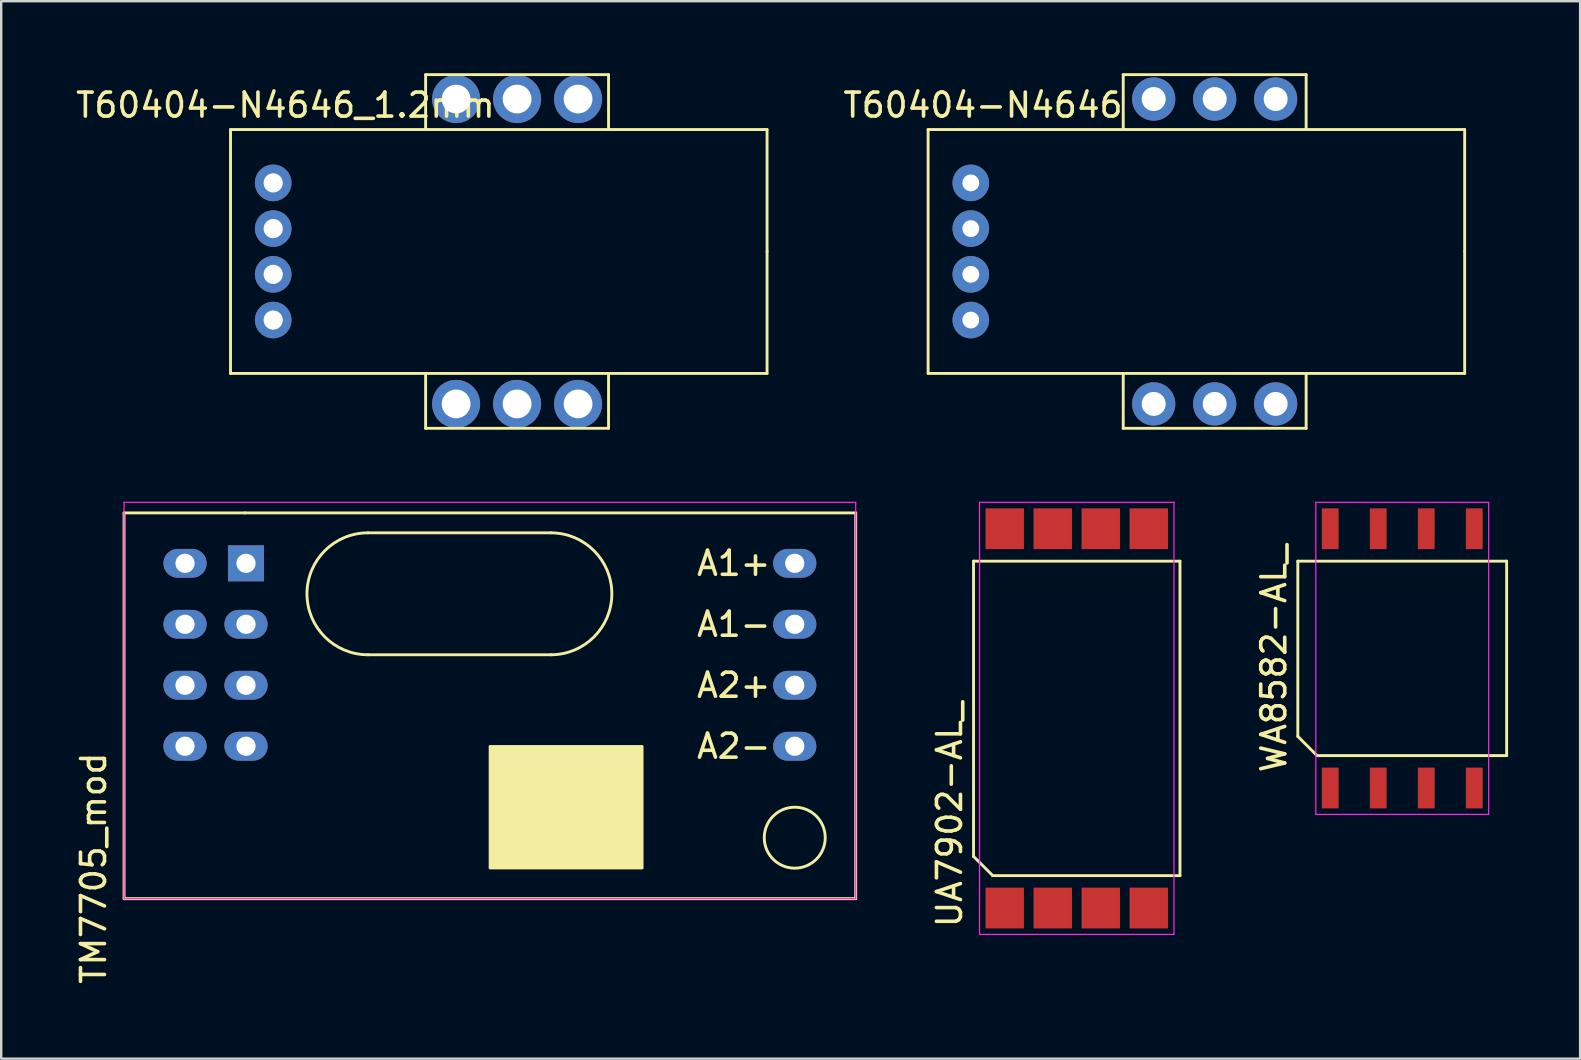
<source format=kicad_pcb>
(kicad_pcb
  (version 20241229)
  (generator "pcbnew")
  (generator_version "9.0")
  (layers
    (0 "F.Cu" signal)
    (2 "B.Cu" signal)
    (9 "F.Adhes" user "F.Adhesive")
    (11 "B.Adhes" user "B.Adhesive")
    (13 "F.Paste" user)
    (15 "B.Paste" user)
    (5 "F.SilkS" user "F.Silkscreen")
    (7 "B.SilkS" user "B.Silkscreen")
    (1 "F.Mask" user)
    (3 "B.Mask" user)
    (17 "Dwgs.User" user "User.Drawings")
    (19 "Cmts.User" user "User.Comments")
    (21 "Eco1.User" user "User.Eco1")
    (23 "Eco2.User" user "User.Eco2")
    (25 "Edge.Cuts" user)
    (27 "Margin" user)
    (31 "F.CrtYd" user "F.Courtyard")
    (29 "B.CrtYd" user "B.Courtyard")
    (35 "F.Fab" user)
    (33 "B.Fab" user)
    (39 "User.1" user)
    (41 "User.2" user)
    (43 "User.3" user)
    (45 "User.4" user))
  (footprint "T60404-N4646"
    (layer "F.Cu")
    (at 46.663 7.426)
    (property "Reference" "T60404-N4646" (at -8.763 -6.096 0) (layer "F.SilkS") (effects (font (size 1 1) (thickness 0.15))))
    (attr through_hole)
    (fp_line (start -11.049 -5.08) (end -11.049 5.08) (stroke (width 0.12) (type solid)) (layer "F.SilkS"))
    (fp_line (start -11.049 5.08) (end 11.303 5.08) (stroke (width 0.12) (type solid)) (layer "F.SilkS"))
    (fp_line (start -2.921 -7.366) (end 4.699 -7.366) (stroke (width 0.12) (type solid)) (layer "F.SilkS"))
    (fp_line (start -2.921 -5.08) (end -2.921 -7.366) (stroke (width 0.12) (type solid)) (layer "F.SilkS"))
    (fp_line (start -2.921 5.08) (end -2.921 7.366) (stroke (width 0.12) (type solid)) (layer "F.SilkS"))
    (fp_line (start -2.921 7.366) (end 4.699 7.366) (stroke (width 0.12) (type solid)) (layer "F.SilkS"))
    (fp_line (start 4.699 -7.366) (end 4.699 -5.08) (stroke (width 0.12) (type solid)) (layer "F.SilkS"))
    (fp_line (start 4.699 7.366) (end 4.699 5.08) (stroke (width 0.12) (type solid)) (layer "F.SilkS"))
    (fp_line (start 11.303 -5.08) (end -11.049 -5.08) (stroke (width 0.12) (type solid)) (layer "F.SilkS"))
    (fp_line (start 11.303 0) (end 11.303 -5.08) (stroke (width 0.12) (type solid)) (layer "F.SilkS"))
    (fp_line (start 11.303 5.08) (end 11.303 0) (stroke (width 0.12) (type solid)) (layer "F.SilkS"))
    (pad "1" thru_hole circle (at -1.651 -6.35) (size 1.8 1.8) (drill 1) (layers "*.Cu" "*.Mask"))
    (pad "2" thru_hole circle (at 0.889 -6.35) (size 1.8 1.8) (drill 1) (layers "*.Cu" "*.Mask"))
    (pad "3" thru_hole circle (at 3.429 -6.35) (size 1.8 1.8) (drill 1) (layers "*.Cu" "*.Mask"))
    (pad "4" thru_hole circle (at 3.429 6.35) (size 1.8 1.8) (drill 1) (layers "*.Cu" "*.Mask"))
    (pad "5" thru_hole circle (at 0.889 6.35) (size 1.8 1.8) (drill 1) (layers "*.Cu" "*.Mask"))
    (pad "6" thru_hole circle (at -1.651 6.35) (size 1.8 1.8) (drill 1) (layers "*.Cu" "*.Mask"))
    (pad "7" thru_hole circle (at -9.271 2.857) (size 1.524 1.524) (drill 0.7) (layers "*.Cu" "*.Mask"))
    (pad "8" thru_hole circle (at -9.271 0.953) (size 1.524 1.524) (drill 0.7) (layers "*.Cu" "*.Mask"))
    (pad "9" thru_hole circle (at -9.271 -0.953) (size 1.524 1.524) (drill 0.7) (layers "*.Cu" "*.Mask"))
    (pad "10" thru_hole circle (at -9.271 -2.857) (size 1.524 1.524) (drill 0.7) (layers "*.Cu" "*.Mask")))
  (footprint "UA7902-AL_"
    (layer "F.Cu")
    (at 41.806 26.877)
    (property "Reference" "UA7902-AL_" (at -5.3 4 90) (layer "F.SilkS") (effects (font (size 1 1) (thickness 0.15))))
    (attr smd)
    (fp_line (start -4.3 -6.55) (end 4.3 -6.55) (stroke (width 0.12) (type solid)) (layer "F.SilkS"))
    (fp_line (start -4.3 5.75) (end -4.3 -6.55) (stroke (width 0.12) (type solid)) (layer "F.SilkS"))
    (fp_line (start -3.5 6.55) (end -4.3 5.75) (stroke (width 0.12) (type solid)) (layer "F.SilkS"))
    (fp_line (start 4.3 -6.55) (end 4.3 6.55) (stroke (width 0.12) (type solid)) (layer "F.SilkS"))
    (fp_line (start 4.3 6.55) (end -3.5 6.55) (stroke (width 0.12) (type solid)) (layer "F.SilkS"))
    (fp_line (start -4.05 -9) (end 4.05 -9) (stroke (width 0.05) (type solid)) (layer "F.CrtYd"))
    (fp_line (start -4.05 9) (end -4.05 -9) (stroke (width 0.05) (type solid)) (layer "F.CrtYd"))
    (fp_line (start 4.05 -9) (end 4.05 9) (stroke (width 0.05) (type solid)) (layer "F.CrtYd"))
    (fp_line (start 4.05 9) (end -4.05 9) (stroke (width 0.05) (type solid)) (layer "F.CrtYd"))
    (pad "1" smd rect (at 3 7.9) (size 1.6 1.7) (layers "F.Cu" "F.Mask" "F.Paste"))
    (pad "2" smd rect (at 1 7.9) (size 1.6 1.7) (layers "F.Cu" "F.Mask" "F.Paste"))
    (pad "3" smd rect (at -1 7.9) (size 1.6 1.7) (layers "F.Cu" "F.Mask" "F.Paste"))
    (pad "4" smd rect (at -3 7.9) (size 1.6 1.7) (layers "F.Cu" "F.Mask" "F.Paste"))
    (pad "5" smd rect (at -3 -7.9) (size 1.6 1.7) (layers "F.Cu" "F.Mask" "F.Paste"))
    (pad "6" smd rect (at -1 -7.9) (size 1.6 1.7) (layers "F.Cu" "F.Mask" "F.Paste"))
    (pad "7" smd rect (at 1 -7.9) (size 1.6 1.7) (layers "F.Cu" "F.Mask" "F.Paste"))
    (pad "8" smd rect (at 3 -7.9) (size 1.6 1.7) (layers "F.Cu" "F.Mask" "F.Paste")))
  (footprint "T60404-N4646_1.2mm"
    (layer "F.Cu")
    (at 17.602 7.426)
    (property "Reference" "T60404-N4646_1.2mm" (at -8.763 -6.096 0) (layer "F.SilkS") (effects (font (size 1 1) (thickness 0.15))))
    (attr through_hole)
    (fp_line (start -11.049 -5.08) (end -11.049 5.08) (stroke (width 0.12) (type solid)) (layer "F.SilkS"))
    (fp_line (start -11.049 5.08) (end 11.303 5.08) (stroke (width 0.12) (type solid)) (layer "F.SilkS"))
    (fp_line (start -2.921 -7.366) (end 4.699 -7.366) (stroke (width 0.12) (type solid)) (layer "F.SilkS"))
    (fp_line (start -2.921 -5.08) (end -2.921 -7.366) (stroke (width 0.12) (type solid)) (layer "F.SilkS"))
    (fp_line (start -2.921 5.08) (end -2.921 7.366) (stroke (width 0.12) (type solid)) (layer "F.SilkS"))
    (fp_line (start -2.921 7.366) (end 4.699 7.366) (stroke (width 0.12) (type solid)) (layer "F.SilkS"))
    (fp_line (start 4.699 -7.366) (end 4.699 -5.08) (stroke (width 0.12) (type solid)) (layer "F.SilkS"))
    (fp_line (start 4.699 7.366) (end 4.699 5.08) (stroke (width 0.12) (type solid)) (layer "F.SilkS"))
    (fp_line (start 11.303 -5.08) (end -11.049 -5.08) (stroke (width 0.12) (type solid)) (layer "F.SilkS"))
    (fp_line (start 11.303 0) (end 11.303 -5.08) (stroke (width 0.12) (type solid)) (layer "F.SilkS"))
    (fp_line (start 11.303 5.08) (end 11.303 0) (stroke (width 0.12) (type solid)) (layer "F.SilkS"))
    (pad "1" thru_hole circle (at -1.651 -6.35) (size 2 2) (drill 1.2) (layers "*.Cu" "*.Mask"))
    (pad "2" thru_hole circle (at 0.889 -6.35) (size 2 2) (drill 1.2) (layers "*.Cu" "*.Mask"))
    (pad "3" thru_hole circle (at 3.429 -6.35) (size 2 2) (drill 1.2) (layers "*.Cu" "*.Mask"))
    (pad "4" thru_hole circle (at 3.429 6.35) (size 2 2) (drill 1.2) (layers "*.Cu" "*.Mask"))
    (pad "5" thru_hole circle (at 0.889 6.35) (size 2 2) (drill 1.2) (layers "*.Cu" "*.Mask"))
    (pad "6" thru_hole circle (at -1.651 6.35) (size 2 2) (drill 1.2) (layers "*.Cu" "*.Mask"))
    (pad "7" thru_hole circle (at -9.271 2.857) (size 1.524 1.524) (drill 0.8) (layers "*.Cu" "*.Mask"))
    (pad "8" thru_hole circle (at -9.271 0.953) (size 1.524 1.524) (drill 0.8) (layers "*.Cu" "*.Mask"))
    (pad "9" thru_hole circle (at -9.271 -0.953) (size 1.524 1.524) (drill 0.8) (layers "*.Cu" "*.Mask"))
    (pad "10" thru_hole circle (at -9.271 -2.857) (size 1.524 1.524) (drill 0.8) (layers "*.Cu" "*.Mask")))
  (footprint "TM7705_mod"
    (layer "F.Cu")
    (at 5.928 24.227)
    (property "Reference" "TM7705_mod" (at -5.08 8.89 90) (layer "F.SilkS") (effects (font (size 1 1) (thickness 0.15))))
    (attr through_hole)
    (fp_line (start -3.81 -5.91) (end -3.81 10.16) (stroke (width 0.12) (type solid)) (layer "F.SilkS"))
    (fp_line (start -3.81 10.16) (end 26.67 10.16) (stroke (width 0.12) (type solid)) (layer "F.SilkS"))
    (fp_line (start 1.223 -5.91) (end -3.81 -5.91) (stroke (width 0.12) (type solid)) (layer "F.SilkS"))
    (fp_line (start 6.35 -5.08) (end 13.97 -5.08) (stroke (width 0.12) (type solid)) (layer "F.SilkS"))
    (fp_line (start 13.97 0) (end 6.35 0) (stroke (width 0.12) (type solid)) (layer "F.SilkS"))
    (fp_line (start 26.67 10.16) (end 26.67 -5.91) (stroke (width 0.12) (type solid)) (layer "F.SilkS"))
    (fp_line (start 26.67 -5.91) (end 1.223 -5.91) (stroke (width 0.12) (type solid)) (layer "F.SilkS"))
    (fp_arc (start 6.35 0) (mid 3.81 -2.54) (end 6.35 -5.08) (stroke (width 0.12) (type solid)) (layer "F.SilkS"))
    (fp_arc (start 13.97 -5.08) (mid 16.51 -2.54) (end 13.97 0) (stroke (width 0.12) (type solid)) (layer "F.SilkS"))
    (fp_circle (center 24.13 7.62) (end 25.4 7.62) (stroke (width 0.12) (type solid)) (fill no) (layer "F.SilkS"))
    (fp_poly (pts (xy 17.78 8.89) (xy 11.43 8.89) (xy 11.43 3.81) (xy 17.78 3.81)) (stroke (width 0.1) (type solid)) (fill yes) (layer "F.SilkS"))
    (fp_line (start -3.81 -6.35) (end 26.67 -6.35) (stroke (width 0.05) (type solid)) (layer "F.CrtYd"))
    (fp_line (start -3.81 10.16) (end -3.81 -6.35) (stroke (width 0.05) (type solid)) (layer "F.CrtYd"))
    (fp_line (start 26.67 -6.35) (end 26.67 10.16) (stroke (width 0.05) (type solid)) (layer "F.CrtYd"))
    (fp_line (start 26.67 10.16) (end -3.81 10.16) (stroke (width 0.05) (type solid)) (layer "F.CrtYd"))
    (fp_text user "A2-" (at 21.59 3.81 180) (layer "F.SilkS") (effects (font (size 1 1) (thickness 0.15))))
    (fp_text user "A2+" (at 21.59 1.27 180) (layer "F.SilkS") (effects (font (size 1 1) (thickness 0.15))))
    (fp_text user "A1+" (at 21.59 -3.81 180) (layer "F.SilkS") (effects (font (size 1 1) (thickness 0.15))))
    (fp_text user "A1-" (at 21.59 -1.27 180) (layer "F.SilkS") (effects (font (size 1 1) (thickness 0.15))))
    (pad "1" thru_hole rect (at 1.27 -3.81 270) (size 1.5 1.5) (drill 0.8) (layers "*.Cu" "*.Mask"))
    (pad "2" thru_hole oval (at -1.27 -3.81 270) (size 1.2 1.8) (drill 0.8) (layers "*.Cu" "*.Mask"))
    (pad "3" thru_hole oval (at 1.27 -1.27 270) (size 1.2 1.8) (drill 0.8) (layers "*.Cu" "*.Mask"))
    (pad "4" thru_hole oval (at -1.27 -1.27 270) (size 1.2 1.8) (drill 0.8) (layers "*.Cu" "*.Mask"))
    (pad "5" thru_hole oval (at 1.27 1.27 270) (size 1.2 1.8) (drill 0.8) (layers "*.Cu" "*.Mask"))
    (pad "6" thru_hole oval (at -1.27 1.27 270) (size 1.2 1.8) (drill 0.8) (layers "*.Cu" "*.Mask"))
    (pad "7" thru_hole oval (at 1.27 3.81 270) (size 1.2 1.8) (drill 0.8) (layers "*.Cu" "*.Mask"))
    (pad "8" thru_hole oval (at -1.27 3.81 270) (size 1.2 1.8) (drill 0.8) (layers "*.Cu" "*.Mask"))
    (pad "9" thru_hole oval (at 24.13 -3.81 270) (size 1.2 1.8) (drill 0.8) (layers "*.Cu" "*.Mask"))
    (pad "10" thru_hole oval (at 24.13 -1.27 270) (size 1.2 1.8) (drill 0.8) (layers "*.Cu" "*.Mask"))
    (pad "11" thru_hole oval (at 24.13 1.27 270) (size 1.2 1.8) (drill 0.8) (layers "*.Cu" "*.Mask"))
    (pad "12" thru_hole oval (at 24.13 3.81 270) (size 1.2 1.8) (drill 0.8) (layers "*.Cu" "*.Mask")))
  (footprint "WA8582-AL_"
    (layer "F.Cu")
    (at 55.365 24.377)
    (property "Reference" "WA8582-AL_" (at -5.35 0 90) (layer "F.SilkS") (effects (font (size 1 1) (thickness 0.15))))
    (attr smd)
    (fp_line (start -4.35 -4.05) (end 4.35 -4.05) (stroke (width 0.12) (type solid)) (layer "F.SilkS"))
    (fp_line (start -4.35 3.25) (end -4.35 -4.05) (stroke (width 0.12) (type solid)) (layer "F.SilkS"))
    (fp_line (start -3.55 4.05) (end -4.35 3.25) (stroke (width 0.12) (type solid)) (layer "F.SilkS"))
    (fp_line (start 4.35 -4.05) (end 4.35 4.05) (stroke (width 0.12) (type solid)) (layer "F.SilkS"))
    (fp_line (start 4.35 4.05) (end -3.55 4.05) (stroke (width 0.12) (type solid)) (layer "F.SilkS"))
    (fp_line (start -3.6 -6.5) (end 3.6 -6.5) (stroke (width 0.05) (type solid)) (layer "F.CrtYd"))
    (fp_line (start -3.6 6.5) (end -3.6 -6.5) (stroke (width 0.05) (type solid)) (layer "F.CrtYd"))
    (fp_line (start 3.6 -6.5) (end 3.6 6.5) (stroke (width 0.05) (type solid)) (layer "F.CrtYd"))
    (fp_line (start 3.6 6.5) (end -3.6 6.5) (stroke (width 0.05) (type solid)) (layer "F.CrtYd"))
    (pad "1" smd rect (at -3 5.4) (size 0.7 1.7) (layers "F.Cu" "F.Mask" "F.Paste"))
    (pad "2" smd rect (at -1 5.4) (size 0.7 1.7) (layers "F.Cu" "F.Mask" "F.Paste"))
    (pad "3" smd rect (at 1 5.4) (size 0.7 1.7) (layers "F.Cu" "F.Mask" "F.Paste"))
    (pad "4" smd rect (at 3 5.4) (size 0.7 1.7) (layers "F.Cu" "F.Mask" "F.Paste"))
    (pad "5" smd rect (at 3 -5.4) (size 0.7 1.7) (layers "F.Cu" "F.Mask" "F.Paste"))
    (pad "6" smd rect (at 1 -5.4) (size 0.7 1.7) (layers "F.Cu" "F.Mask" "F.Paste"))
    (pad "7" smd rect (at -1 -5.4) (size 0.7 1.7) (layers "F.Cu" "F.Mask" "F.Paste"))
    (pad "8" smd rect (at -3 -5.4) (size 0.7 1.7) (layers "F.Cu" "F.Mask" "F.Paste")))
  (gr_rect
    (start -3 -3)
    (end 62.775 41.052)
    (stroke (width 0.1) (type default))
    (fill no)
    (layer "Edge.Cuts")))
</source>
